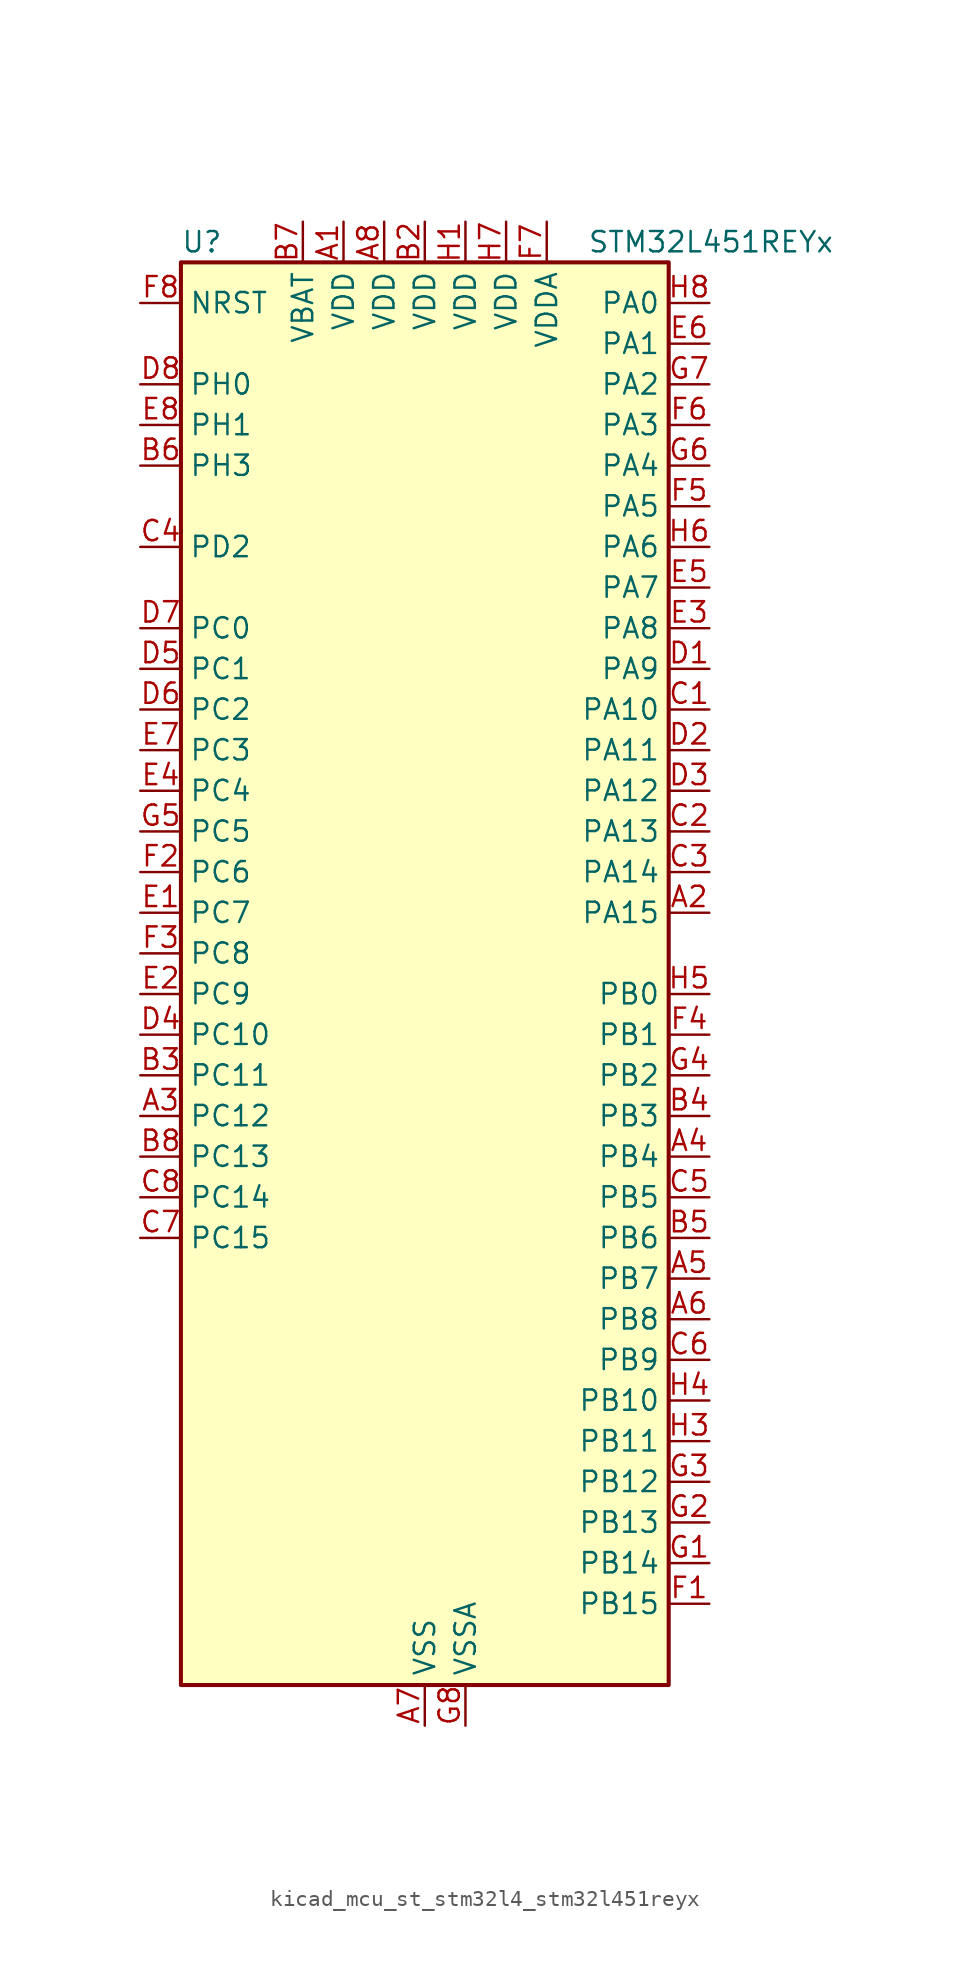
<source format=kicad_sym>
(kicad_symbol_lib
  (version 20220914)
  (generator kicad_symbol_editor)
  (symbol "kicad_mcu_st_stm32l4_stm32l451reyx"
    (property "Reference" "U"
      (at -15.24 46.99 0)
      (effects (font (size 1.27 1.27)) (justify left)))
    (property "Value" "STM32L451REYx"
      (at 10.16 46.99 0)
      (effects (font (size 1.27 1.27)) (justify left)))
    (property "ki_locked" ""
      (at 0 0 0)
      (effects (font (size 1.27 1.27))))
    (symbol "kicad_mcu_st_stm32l4_stm32l451reyx_0_1"
      (rectangle (start -15.24 -43.18) (end 15.24 45.72) (stroke (width 0.254) (type default)) (fill (type background))))
    (symbol "kicad_mcu_st_stm32l4_stm32l451reyx_1_1"
      (pin power_in line (at -5.08 48.26 270) (length 2.54) (name "VDD" (effects (font (size 1.27 1.27)))) (number "A1" (effects (font (size 1.27 1.27)))))
      (pin bidirectional line (at 17.78 5.08 180) (length 2.54) (name "PA15" (effects (font (size 1.27 1.27)))) (number "A2" (effects (font (size 1.27 1.27)))) (alternate "ADC1_EXTI15" bidirectional line) (alternate "SPI1_NSS" bidirectional line) (alternate "SPI3_NSS" bidirectional line) (alternate "SYS_JTDI" bidirectional line) (alternate "TIM2_CH1" bidirectional line) (alternate "TIM2_ETR" bidirectional line) (alternate "TSC_G3_IO1" bidirectional line) (alternate "UART4_DE" bidirectional line) (alternate "UART4_RTS" bidirectional line) (alternate "USART2_RX" bidirectional line) (alternate "USART3_DE" bidirectional line) (alternate "USART3_RTS" bidirectional line))
      (pin bidirectional line (at -17.78 -7.62 0) (length 2.54) (name "PC12" (effects (font (size 1.27 1.27)))) (number "A3" (effects (font (size 1.27 1.27)))) (alternate "SDMMC1_CK" bidirectional line) (alternate "SPI3_MOSI" bidirectional line) (alternate "SYS_TRACED3" bidirectional line) (alternate "TSC_G3_IO4" bidirectional line) (alternate "USART3_CK" bidirectional line))
      (pin bidirectional line (at 17.78 -10.16 180) (length 2.54) (name "PB4" (effects (font (size 1.27 1.27)))) (number "A4" (effects (font (size 1.27 1.27)))) (alternate "COMP2_INP" bidirectional line) (alternate "I2C3_SDA" bidirectional line) (alternate "SAI1_MCLK_B" bidirectional line) (alternate "SPI1_MISO" bidirectional line) (alternate "SPI3_MISO" bidirectional line) (alternate "SYS_JTRST" bidirectional line) (alternate "TIM3_CH1" bidirectional line) (alternate "TSC_G2_IO1" bidirectional line) (alternate "USART1_CTS" bidirectional line))
      (pin bidirectional line (at 17.78 -17.78 180) (length 2.54) (name "PB7" (effects (font (size 1.27 1.27)))) (number "A5" (effects (font (size 1.27 1.27)))) (alternate "COMP2_INM" bidirectional line) (alternate "I2C1_SDA" bidirectional line) (alternate "I2C4_SDA" bidirectional line) (alternate "LPTIM1_IN2" bidirectional line) (alternate "SYS_PVD_IN" bidirectional line) (alternate "TSC_G2_IO4" bidirectional line) (alternate "UART4_CTS" bidirectional line) (alternate "USART1_RX" bidirectional line))
      (pin bidirectional line (at 17.78 -20.32 180) (length 2.54) (name "PB8" (effects (font (size 1.27 1.27)))) (number "A6" (effects (font (size 1.27 1.27)))) (alternate "CAN1_RX" bidirectional line) (alternate "I2C1_SCL" bidirectional line) (alternate "SAI1_MCLK_A" bidirectional line) (alternate "SDMMC1_D4" bidirectional line) (alternate "TIM16_CH1" bidirectional line))
      (pin power_in line (at 0 -45.72 90) (length 2.54) (name "VSS" (effects (font (size 1.27 1.27)))) (number "A7" (effects (font (size 1.27 1.27)))))
      (pin power_in line (at -2.54 48.26 270) (length 2.54) (name "VDD" (effects (font (size 1.27 1.27)))) (number "A8" (effects (font (size 1.27 1.27)))))
      (pin passive line (at 0 -45.72 90) (length 2.54) hide (name "VSS" (effects (font (size 1.27 1.27)))) (number "B1" (effects (font (size 1.27 1.27)))))
      (pin power_in line (at 0 48.26 270) (length 2.54) (name "VDD" (effects (font (size 1.27 1.27)))) (number "B2" (effects (font (size 1.27 1.27)))))
      (pin bidirectional line (at -17.78 -5.08 0) (length 2.54) (name "PC11" (effects (font (size 1.27 1.27)))) (number "B3" (effects (font (size 1.27 1.27)))) (alternate "ADC1_EXTI11" bidirectional line) (alternate "SDMMC1_D3" bidirectional line) (alternate "SPI3_MISO" bidirectional line) (alternate "TSC_G3_IO3" bidirectional line) (alternate "UART4_RX" bidirectional line) (alternate "USART3_RX" bidirectional line))
      (pin bidirectional line (at 17.78 -7.62 180) (length 2.54) (name "PB3" (effects (font (size 1.27 1.27)))) (number "B4" (effects (font (size 1.27 1.27)))) (alternate "COMP2_INM" bidirectional line) (alternate "SAI1_SCK_B" bidirectional line) (alternate "SPI1_SCK" bidirectional line) (alternate "SPI3_SCK" bidirectional line) (alternate "SYS_JTDO-SWO" bidirectional line) (alternate "TIM2_CH2" bidirectional line) (alternate "USART1_DE" bidirectional line) (alternate "USART1_RTS" bidirectional line))
      (pin bidirectional line (at 17.78 -15.24 180) (length 2.54) (name "PB6" (effects (font (size 1.27 1.27)))) (number "B5" (effects (font (size 1.27 1.27)))) (alternate "CAN1_TX" bidirectional line) (alternate "COMP2_INP" bidirectional line) (alternate "I2C1_SCL" bidirectional line) (alternate "I2C4_SCL" bidirectional line) (alternate "LPTIM1_ETR" bidirectional line) (alternate "SAI1_FS_B" bidirectional line) (alternate "TIM16_CH1N" bidirectional line) (alternate "TSC_G2_IO3" bidirectional line) (alternate "USART1_TX" bidirectional line))
      (pin bidirectional line (at -17.78 33.02 0) (length 2.54) (name "PH3" (effects (font (size 1.27 1.27)))) (number "B6" (effects (font (size 1.27 1.27)))))
      (pin power_in line (at -7.62 48.26 270) (length 2.54) (name "VBAT" (effects (font (size 1.27 1.27)))) (number "B7" (effects (font (size 1.27 1.27)))))
      (pin bidirectional line (at -17.78 -10.16 0) (length 2.54) (name "PC13" (effects (font (size 1.27 1.27)))) (number "B8" (effects (font (size 1.27 1.27)))) (alternate "RTC_OUT_ALARM" bidirectional line) (alternate "RTC_OUT_CALIB" bidirectional line) (alternate "RTC_TAMP1" bidirectional line) (alternate "RTC_TS" bidirectional line) (alternate "SYS_WKUP2" bidirectional line))
      (pin bidirectional line (at 17.78 17.78 180) (length 2.54) (name "PA10" (effects (font (size 1.27 1.27)))) (number "C1" (effects (font (size 1.27 1.27)))) (alternate "I2C1_SDA" bidirectional line) (alternate "SAI1_SD_A" bidirectional line) (alternate "TIM1_CH3" bidirectional line) (alternate "USART1_RX" bidirectional line))
      (pin bidirectional line (at 17.78 10.16 180) (length 2.54) (name "PA13" (effects (font (size 1.27 1.27)))) (number "C2" (effects (font (size 1.27 1.27)))) (alternate "IR_OUT" bidirectional line) (alternate "SAI1_SD_B" bidirectional line) (alternate "SYS_JTMS-SWDIO" bidirectional line))
      (pin bidirectional line (at 17.78 7.62 180) (length 2.54) (name "PA14" (effects (font (size 1.27 1.27)))) (number "C3" (effects (font (size 1.27 1.27)))) (alternate "I2C1_SMBA" bidirectional line) (alternate "I2C4_SMBA" bidirectional line) (alternate "LPTIM1_OUT" bidirectional line) (alternate "SAI1_FS_B" bidirectional line) (alternate "SYS_JTCK-SWCLK" bidirectional line))
      (pin bidirectional line (at -17.78 27.94 0) (length 2.54) (name "PD2" (effects (font (size 1.27 1.27)))) (number "C4" (effects (font (size 1.27 1.27)))) (alternate "SDMMC1_CMD" bidirectional line) (alternate "SYS_TRACED2" bidirectional line) (alternate "TIM3_ETR" bidirectional line) (alternate "TSC_SYNC" bidirectional line) (alternate "USART3_DE" bidirectional line) (alternate "USART3_RTS" bidirectional line))
      (pin bidirectional line (at 17.78 -12.7 180) (length 2.54) (name "PB5" (effects (font (size 1.27 1.27)))) (number "C5" (effects (font (size 1.27 1.27)))) (alternate "CAN1_RX" bidirectional line) (alternate "COMP2_OUT" bidirectional line) (alternate "I2C1_SMBA" bidirectional line) (alternate "LPTIM1_IN1" bidirectional line) (alternate "SAI1_SD_B" bidirectional line) (alternate "SPI1_MOSI" bidirectional line) (alternate "SPI3_MOSI" bidirectional line) (alternate "TIM16_BKIN" bidirectional line) (alternate "TIM3_CH2" bidirectional line) (alternate "TSC_G2_IO2" bidirectional line) (alternate "USART1_CK" bidirectional line))
      (pin bidirectional line (at 17.78 -22.86 180) (length 2.54) (name "PB9" (effects (font (size 1.27 1.27)))) (number "C6" (effects (font (size 1.27 1.27)))) (alternate "CAN1_TX" bidirectional line) (alternate "DAC1_EXTI9" bidirectional line) (alternate "I2C1_SDA" bidirectional line) (alternate "IR_OUT" bidirectional line) (alternate "SAI1_FS_A" bidirectional line) (alternate "SDMMC1_D5" bidirectional line) (alternate "SPI2_NSS" bidirectional line))
      (pin bidirectional line (at -17.78 -15.24 0) (length 2.54) (name "PC15" (effects (font (size 1.27 1.27)))) (number "C7" (effects (font (size 1.27 1.27)))) (alternate "ADC1_EXTI15" bidirectional line) (alternate "RCC_OSC32_OUT" bidirectional line))
      (pin bidirectional line (at -17.78 -12.7 0) (length 2.54) (name "PC14" (effects (font (size 1.27 1.27)))) (number "C8" (effects (font (size 1.27 1.27)))) (alternate "RCC_OSC32_IN" bidirectional line))
      (pin bidirectional line (at 17.78 20.32 180) (length 2.54) (name "PA9" (effects (font (size 1.27 1.27)))) (number "D1" (effects (font (size 1.27 1.27)))) (alternate "DAC1_EXTI9" bidirectional line) (alternate "DFSDM1_DATIN1" bidirectional line) (alternate "I2C1_SCL" bidirectional line) (alternate "SAI1_FS_A" bidirectional line) (alternate "TIM15_BKIN" bidirectional line) (alternate "TIM1_CH2" bidirectional line) (alternate "USART1_TX" bidirectional line))
      (pin bidirectional line (at 17.78 15.24 180) (length 2.54) (name "PA11" (effects (font (size 1.27 1.27)))) (number "D2" (effects (font (size 1.27 1.27)))) (alternate "ADC1_EXTI11" bidirectional line) (alternate "CAN1_RX" bidirectional line) (alternate "COMP1_OUT" bidirectional line) (alternate "SPI1_MISO" bidirectional line) (alternate "TIM1_BKIN2" bidirectional line) (alternate "TIM1_BKIN2_COMP1" bidirectional line) (alternate "TIM1_CH4" bidirectional line) (alternate "USART1_CTS" bidirectional line))
      (pin bidirectional line (at 17.78 12.7 180) (length 2.54) (name "PA12" (effects (font (size 1.27 1.27)))) (number "D3" (effects (font (size 1.27 1.27)))) (alternate "CAN1_TX" bidirectional line) (alternate "SPI1_MOSI" bidirectional line) (alternate "TIM1_ETR" bidirectional line) (alternate "USART1_DE" bidirectional line) (alternate "USART1_RTS" bidirectional line))
      (pin bidirectional line (at -17.78 -2.54 0) (length 2.54) (name "PC10" (effects (font (size 1.27 1.27)))) (number "D4" (effects (font (size 1.27 1.27)))) (alternate "SDMMC1_D2" bidirectional line) (alternate "SPI3_SCK" bidirectional line) (alternate "SYS_TRACED1" bidirectional line) (alternate "TSC_G3_IO2" bidirectional line) (alternate "UART4_TX" bidirectional line) (alternate "USART3_TX" bidirectional line))
      (pin bidirectional line (at -17.78 20.32 0) (length 2.54) (name "PC1" (effects (font (size 1.27 1.27)))) (number "D5" (effects (font (size 1.27 1.27)))) (alternate "ADC1_IN2" bidirectional line) (alternate "I2C3_SDA" bidirectional line) (alternate "I2C4_SDA" bidirectional line) (alternate "LPTIM1_OUT" bidirectional line) (alternate "LPUART1_TX" bidirectional line) (alternate "SYS_TRACED0" bidirectional line))
      (pin bidirectional line (at -17.78 17.78 0) (length 2.54) (name "PC2" (effects (font (size 1.27 1.27)))) (number "D6" (effects (font (size 1.27 1.27)))) (alternate "ADC1_IN3" bidirectional line) (alternate "DFSDM1_CKOUT" bidirectional line) (alternate "LPTIM1_IN2" bidirectional line) (alternate "SPI2_MISO" bidirectional line))
      (pin bidirectional line (at -17.78 22.86 0) (length 2.54) (name "PC0" (effects (font (size 1.27 1.27)))) (number "D7" (effects (font (size 1.27 1.27)))) (alternate "ADC1_IN1" bidirectional line) (alternate "I2C3_SCL" bidirectional line) (alternate "I2C4_SCL" bidirectional line) (alternate "LPTIM1_IN1" bidirectional line) (alternate "LPTIM2_IN1" bidirectional line) (alternate "LPUART1_RX" bidirectional line))
      (pin bidirectional line (at -17.78 38.1 0) (length 2.54) (name "PH0" (effects (font (size 1.27 1.27)))) (number "D8" (effects (font (size 1.27 1.27)))) (alternate "RCC_OSC_IN" bidirectional line))
      (pin bidirectional line (at -17.78 5.08 0) (length 2.54) (name "PC7" (effects (font (size 1.27 1.27)))) (number "E1" (effects (font (size 1.27 1.27)))) (alternate "DFSDM1_DATIN3" bidirectional line) (alternate "SDMMC1_D7" bidirectional line) (alternate "TIM3_CH2" bidirectional line) (alternate "TSC_G4_IO2" bidirectional line))
      (pin bidirectional line (at -17.78 0 0) (length 2.54) (name "PC9" (effects (font (size 1.27 1.27)))) (number "E2" (effects (font (size 1.27 1.27)))) (alternate "DAC1_EXTI9" bidirectional line) (alternate "SDMMC1_D1" bidirectional line) (alternate "TIM3_CH4" bidirectional line) (alternate "TSC_G4_IO4" bidirectional line))
      (pin bidirectional line (at 17.78 22.86 180) (length 2.54) (name "PA8" (effects (font (size 1.27 1.27)))) (number "E3" (effects (font (size 1.27 1.27)))) (alternate "DFSDM1_CKIN1" bidirectional line) (alternate "LPTIM2_OUT" bidirectional line) (alternate "RCC_MCO" bidirectional line) (alternate "SAI1_SCK_A" bidirectional line) (alternate "TIM1_CH1" bidirectional line) (alternate "USART1_CK" bidirectional line))
      (pin bidirectional line (at -17.78 12.7 0) (length 2.54) (name "PC4" (effects (font (size 1.27 1.27)))) (number "E4" (effects (font (size 1.27 1.27)))) (alternate "ADC1_IN13" bidirectional line) (alternate "COMP1_INM" bidirectional line) (alternate "USART3_TX" bidirectional line))
      (pin bidirectional line (at 17.78 25.4 180) (length 2.54) (name "PA7" (effects (font (size 1.27 1.27)))) (number "E5" (effects (font (size 1.27 1.27)))) (alternate "ADC1_IN12" bidirectional line) (alternate "COMP2_OUT" bidirectional line) (alternate "DFSDM1_DATIN0" bidirectional line) (alternate "I2C3_SCL" bidirectional line) (alternate "QUADSPI_BK1_IO2" bidirectional line) (alternate "SPI1_MOSI" bidirectional line) (alternate "TIM1_CH1N" bidirectional line) (alternate "TIM3_CH2" bidirectional line))
      (pin bidirectional line (at 17.78 40.64 180) (length 2.54) (name "PA1" (effects (font (size 1.27 1.27)))) (number "E6" (effects (font (size 1.27 1.27)))) (alternate "ADC1_IN6" bidirectional line) (alternate "COMP1_INP" bidirectional line) (alternate "I2C1_SMBA" bidirectional line) (alternate "OPAMP1_VINM" bidirectional line) (alternate "SPI1_SCK" bidirectional line) (alternate "TIM15_CH1N" bidirectional line) (alternate "TIM2_CH2" bidirectional line) (alternate "UART4_RX" bidirectional line) (alternate "USART2_DE" bidirectional line) (alternate "USART2_RTS" bidirectional line))
      (pin bidirectional line (at -17.78 15.24 0) (length 2.54) (name "PC3" (effects (font (size 1.27 1.27)))) (number "E7" (effects (font (size 1.27 1.27)))) (alternate "ADC1_IN4" bidirectional line) (alternate "LPTIM1_ETR" bidirectional line) (alternate "LPTIM2_ETR" bidirectional line) (alternate "SAI1_SD_A" bidirectional line) (alternate "SPI2_MOSI" bidirectional line))
      (pin bidirectional line (at -17.78 35.56 0) (length 2.54) (name "PH1" (effects (font (size 1.27 1.27)))) (number "E8" (effects (font (size 1.27 1.27)))) (alternate "RCC_OSC_OUT" bidirectional line))
      (pin bidirectional line (at 17.78 -38.1 180) (length 2.54) (name "PB15" (effects (font (size 1.27 1.27)))) (number "F1" (effects (font (size 1.27 1.27)))) (alternate "ADC1_EXTI15" bidirectional line) (alternate "DFSDM1_CKIN2" bidirectional line) (alternate "RTC_REFIN" bidirectional line) (alternate "SAI1_SD_A" bidirectional line) (alternate "SPI2_MOSI" bidirectional line) (alternate "TIM15_CH2" bidirectional line) (alternate "TIM1_CH3N" bidirectional line) (alternate "TSC_G1_IO4" bidirectional line))
      (pin bidirectional line (at -17.78 7.62 0) (length 2.54) (name "PC6" (effects (font (size 1.27 1.27)))) (number "F2" (effects (font (size 1.27 1.27)))) (alternate "DFSDM1_CKIN3" bidirectional line) (alternate "SDMMC1_D6" bidirectional line) (alternate "TIM3_CH1" bidirectional line) (alternate "TSC_G4_IO1" bidirectional line))
      (pin bidirectional line (at -17.78 2.54 0) (length 2.54) (name "PC8" (effects (font (size 1.27 1.27)))) (number "F3" (effects (font (size 1.27 1.27)))) (alternate "SDMMC1_D0" bidirectional line) (alternate "TIM3_CH3" bidirectional line) (alternate "TSC_G4_IO3" bidirectional line))
      (pin bidirectional line (at 17.78 -2.54 180) (length 2.54) (name "PB1" (effects (font (size 1.27 1.27)))) (number "F4" (effects (font (size 1.27 1.27)))) (alternate "ADC1_IN16" bidirectional line) (alternate "COMP1_INM" bidirectional line) (alternate "DFSDM1_DATIN0" bidirectional line) (alternate "LPTIM2_IN1" bidirectional line) (alternate "LPUART1_DE" bidirectional line) (alternate "LPUART1_RTS" bidirectional line) (alternate "QUADSPI_BK1_IO0" bidirectional line) (alternate "TIM1_CH3N" bidirectional line) (alternate "TIM3_CH4" bidirectional line) (alternate "USART3_DE" bidirectional line) (alternate "USART3_RTS" bidirectional line))
      (pin bidirectional line (at 17.78 30.48 180) (length 2.54) (name "PA5" (effects (font (size 1.27 1.27)))) (number "F5" (effects (font (size 1.27 1.27)))) (alternate "ADC1_IN10" bidirectional line) (alternate "COMP1_INM" bidirectional line) (alternate "COMP2_INM" bidirectional line) (alternate "DFSDM1_CKOUT" bidirectional line) (alternate "LPTIM2_ETR" bidirectional line) (alternate "SPI1_SCK" bidirectional line) (alternate "TIM2_CH1" bidirectional line) (alternate "TIM2_ETR" bidirectional line))
      (pin bidirectional line (at 17.78 35.56 180) (length 2.54) (name "PA3" (effects (font (size 1.27 1.27)))) (number "F6" (effects (font (size 1.27 1.27)))) (alternate "ADC1_IN8" bidirectional line) (alternate "COMP2_INP" bidirectional line) (alternate "LPUART1_RX" bidirectional line) (alternate "OPAMP1_VOUT" bidirectional line) (alternate "QUADSPI_CLK" bidirectional line) (alternate "SAI1_MCLK_A" bidirectional line) (alternate "TIM15_CH2" bidirectional line) (alternate "TIM2_CH4" bidirectional line) (alternate "USART2_RX" bidirectional line))
      (pin power_in line (at 7.62 48.26 270) (length 2.54) (name "VDDA" (effects (font (size 1.27 1.27)))) (number "F7" (effects (font (size 1.27 1.27)))))
      (pin input line (at -17.78 43.18 0) (length 2.54) (name "NRST" (effects (font (size 1.27 1.27)))) (number "F8" (effects (font (size 1.27 1.27)))))
      (pin bidirectional line (at 17.78 -35.56 180) (length 2.54) (name "PB14" (effects (font (size 1.27 1.27)))) (number "G1" (effects (font (size 1.27 1.27)))) (alternate "DFSDM1_DATIN2" bidirectional line) (alternate "I2C2_SDA" bidirectional line) (alternate "SAI1_MCLK_A" bidirectional line) (alternate "SPI2_MISO" bidirectional line) (alternate "TIM15_CH1" bidirectional line) (alternate "TIM1_CH2N" bidirectional line) (alternate "TSC_G1_IO3" bidirectional line) (alternate "USART3_DE" bidirectional line) (alternate "USART3_RTS" bidirectional line))
      (pin bidirectional line (at 17.78 -33.02 180) (length 2.54) (name "PB13" (effects (font (size 1.27 1.27)))) (number "G2" (effects (font (size 1.27 1.27)))) (alternate "CAN1_TX" bidirectional line) (alternate "DFSDM1_CKIN1" bidirectional line) (alternate "I2C2_SCL" bidirectional line) (alternate "LPUART1_CTS" bidirectional line) (alternate "SAI1_SCK_A" bidirectional line) (alternate "SPI2_SCK" bidirectional line) (alternate "TIM15_CH1N" bidirectional line) (alternate "TIM1_CH1N" bidirectional line) (alternate "TSC_G1_IO2" bidirectional line) (alternate "USART3_CTS" bidirectional line))
      (pin bidirectional line (at 17.78 -30.48 180) (length 2.54) (name "PB12" (effects (font (size 1.27 1.27)))) (number "G3" (effects (font (size 1.27 1.27)))) (alternate "CAN1_RX" bidirectional line) (alternate "DFSDM1_DATIN1" bidirectional line) (alternate "I2C2_SMBA" bidirectional line) (alternate "LPUART1_DE" bidirectional line) (alternate "LPUART1_RTS" bidirectional line) (alternate "SAI1_FS_A" bidirectional line) (alternate "SPI2_NSS" bidirectional line) (alternate "TIM15_BKIN" bidirectional line) (alternate "TIM1_BKIN" bidirectional line) (alternate "TIM1_BKIN_COMP2" bidirectional line) (alternate "TSC_G1_IO1" bidirectional line) (alternate "USART3_CK" bidirectional line))
      (pin bidirectional line (at 17.78 -5.08 180) (length 2.54) (name "PB2" (effects (font (size 1.27 1.27)))) (number "G4" (effects (font (size 1.27 1.27)))) (alternate "COMP1_INP" bidirectional line) (alternate "DFSDM1_CKIN0" bidirectional line) (alternate "I2C3_SMBA" bidirectional line) (alternate "LPTIM1_OUT" bidirectional line) (alternate "RTC_OUT_ALARM" bidirectional line) (alternate "RTC_OUT_CALIB" bidirectional line))
      (pin bidirectional line (at -17.78 10.16 0) (length 2.54) (name "PC5" (effects (font (size 1.27 1.27)))) (number "G5" (effects (font (size 1.27 1.27)))) (alternate "ADC1_IN14" bidirectional line) (alternate "COMP1_INP" bidirectional line) (alternate "SYS_WKUP5" bidirectional line) (alternate "USART3_RX" bidirectional line))
      (pin bidirectional line (at 17.78 33.02 180) (length 2.54) (name "PA4" (effects (font (size 1.27 1.27)))) (number "G6" (effects (font (size 1.27 1.27)))) (alternate "ADC1_IN9" bidirectional line) (alternate "COMP1_INM" bidirectional line) (alternate "COMP2_INM" bidirectional line) (alternate "DAC1_OUT1" bidirectional line) (alternate "LPTIM2_OUT" bidirectional line) (alternate "SAI1_FS_B" bidirectional line) (alternate "SPI1_NSS" bidirectional line) (alternate "SPI3_NSS" bidirectional line) (alternate "USART2_CK" bidirectional line))
      (pin bidirectional line (at 17.78 38.1 180) (length 2.54) (name "PA2" (effects (font (size 1.27 1.27)))) (number "G7" (effects (font (size 1.27 1.27)))) (alternate "ADC1_IN7" bidirectional line) (alternate "COMP2_INM" bidirectional line) (alternate "COMP2_OUT" bidirectional line) (alternate "LPUART1_TX" bidirectional line) (alternate "QUADSPI_BK1_NCS" bidirectional line) (alternate "RCC_LSCO" bidirectional line) (alternate "SYS_WKUP4" bidirectional line) (alternate "TIM15_CH1" bidirectional line) (alternate "TIM2_CH3" bidirectional line) (alternate "USART2_TX" bidirectional line))
      (pin power_in line (at 2.54 -45.72 90) (length 2.54) (name "VSSA" (effects (font (size 1.27 1.27)))) (number "G8" (effects (font (size 1.27 1.27)))))
      (pin power_in line (at 2.54 48.26 270) (length 2.54) (name "VDD" (effects (font (size 1.27 1.27)))) (number "H1" (effects (font (size 1.27 1.27)))))
      (pin passive line (at 0 -45.72 90) (length 2.54) hide (name "VSS" (effects (font (size 1.27 1.27)))) (number "H2" (effects (font (size 1.27 1.27)))))
      (pin bidirectional line (at 17.78 -27.94 180) (length 2.54) (name "PB11" (effects (font (size 1.27 1.27)))) (number "H3" (effects (font (size 1.27 1.27)))) (alternate "ADC1_EXTI11" bidirectional line) (alternate "COMP2_OUT" bidirectional line) (alternate "I2C2_SDA" bidirectional line) (alternate "I2C4_SDA" bidirectional line) (alternate "LPUART1_TX" bidirectional line) (alternate "QUADSPI_BK1_NCS" bidirectional line) (alternate "TIM2_CH4" bidirectional line) (alternate "USART3_RX" bidirectional line))
      (pin bidirectional line (at 17.78 -25.4 180) (length 2.54) (name "PB10" (effects (font (size 1.27 1.27)))) (number "H4" (effects (font (size 1.27 1.27)))) (alternate "COMP1_OUT" bidirectional line) (alternate "I2C2_SCL" bidirectional line) (alternate "I2C4_SCL" bidirectional line) (alternate "LPUART1_RX" bidirectional line) (alternate "QUADSPI_CLK" bidirectional line) (alternate "SAI1_SCK_A" bidirectional line) (alternate "SPI2_SCK" bidirectional line) (alternate "TIM2_CH3" bidirectional line) (alternate "TSC_SYNC" bidirectional line) (alternate "USART3_TX" bidirectional line))
      (pin bidirectional line (at 17.78 0 180) (length 2.54) (name "PB0" (effects (font (size 1.27 1.27)))) (number "H5" (effects (font (size 1.27 1.27)))) (alternate "ADC1_IN15" bidirectional line) (alternate "COMP1_OUT" bidirectional line) (alternate "DFSDM1_CKIN0" bidirectional line) (alternate "QUADSPI_BK1_IO1" bidirectional line) (alternate "SAI1_EXTCLK" bidirectional line) (alternate "SPI1_NSS" bidirectional line) (alternate "TIM1_CH2N" bidirectional line) (alternate "TIM3_CH3" bidirectional line) (alternate "USART3_CK" bidirectional line))
      (pin bidirectional line (at 17.78 27.94 180) (length 2.54) (name "PA6" (effects (font (size 1.27 1.27)))) (number "H6" (effects (font (size 1.27 1.27)))) (alternate "ADC1_IN11" bidirectional line) (alternate "COMP1_OUT" bidirectional line) (alternate "LPUART1_CTS" bidirectional line) (alternate "QUADSPI_BK1_IO3" bidirectional line) (alternate "SPI1_MISO" bidirectional line) (alternate "TIM16_CH1" bidirectional line) (alternate "TIM1_BKIN" bidirectional line) (alternate "TIM1_BKIN_COMP2" bidirectional line) (alternate "TIM3_CH1" bidirectional line) (alternate "USART3_CTS" bidirectional line))
      (pin power_in line (at 5.08 48.26 270) (length 2.54) (name "VDD" (effects (font (size 1.27 1.27)))) (number "H7" (effects (font (size 1.27 1.27)))))
      (pin bidirectional line (at 17.78 43.18 180) (length 2.54) (name "PA0" (effects (font (size 1.27 1.27)))) (number "H8" (effects (font (size 1.27 1.27)))) (alternate "ADC1_IN5" bidirectional line) (alternate "COMP1_INM" bidirectional line) (alternate "COMP1_OUT" bidirectional line) (alternate "OPAMP1_VINP" bidirectional line) (alternate "RTC_TAMP2" bidirectional line) (alternate "SAI1_EXTCLK" bidirectional line) (alternate "SYS_WKUP1" bidirectional line) (alternate "TIM2_CH1" bidirectional line) (alternate "TIM2_ETR" bidirectional line) (alternate "UART4_TX" bidirectional line) (alternate "USART2_CTS" bidirectional line)))))
</source>
